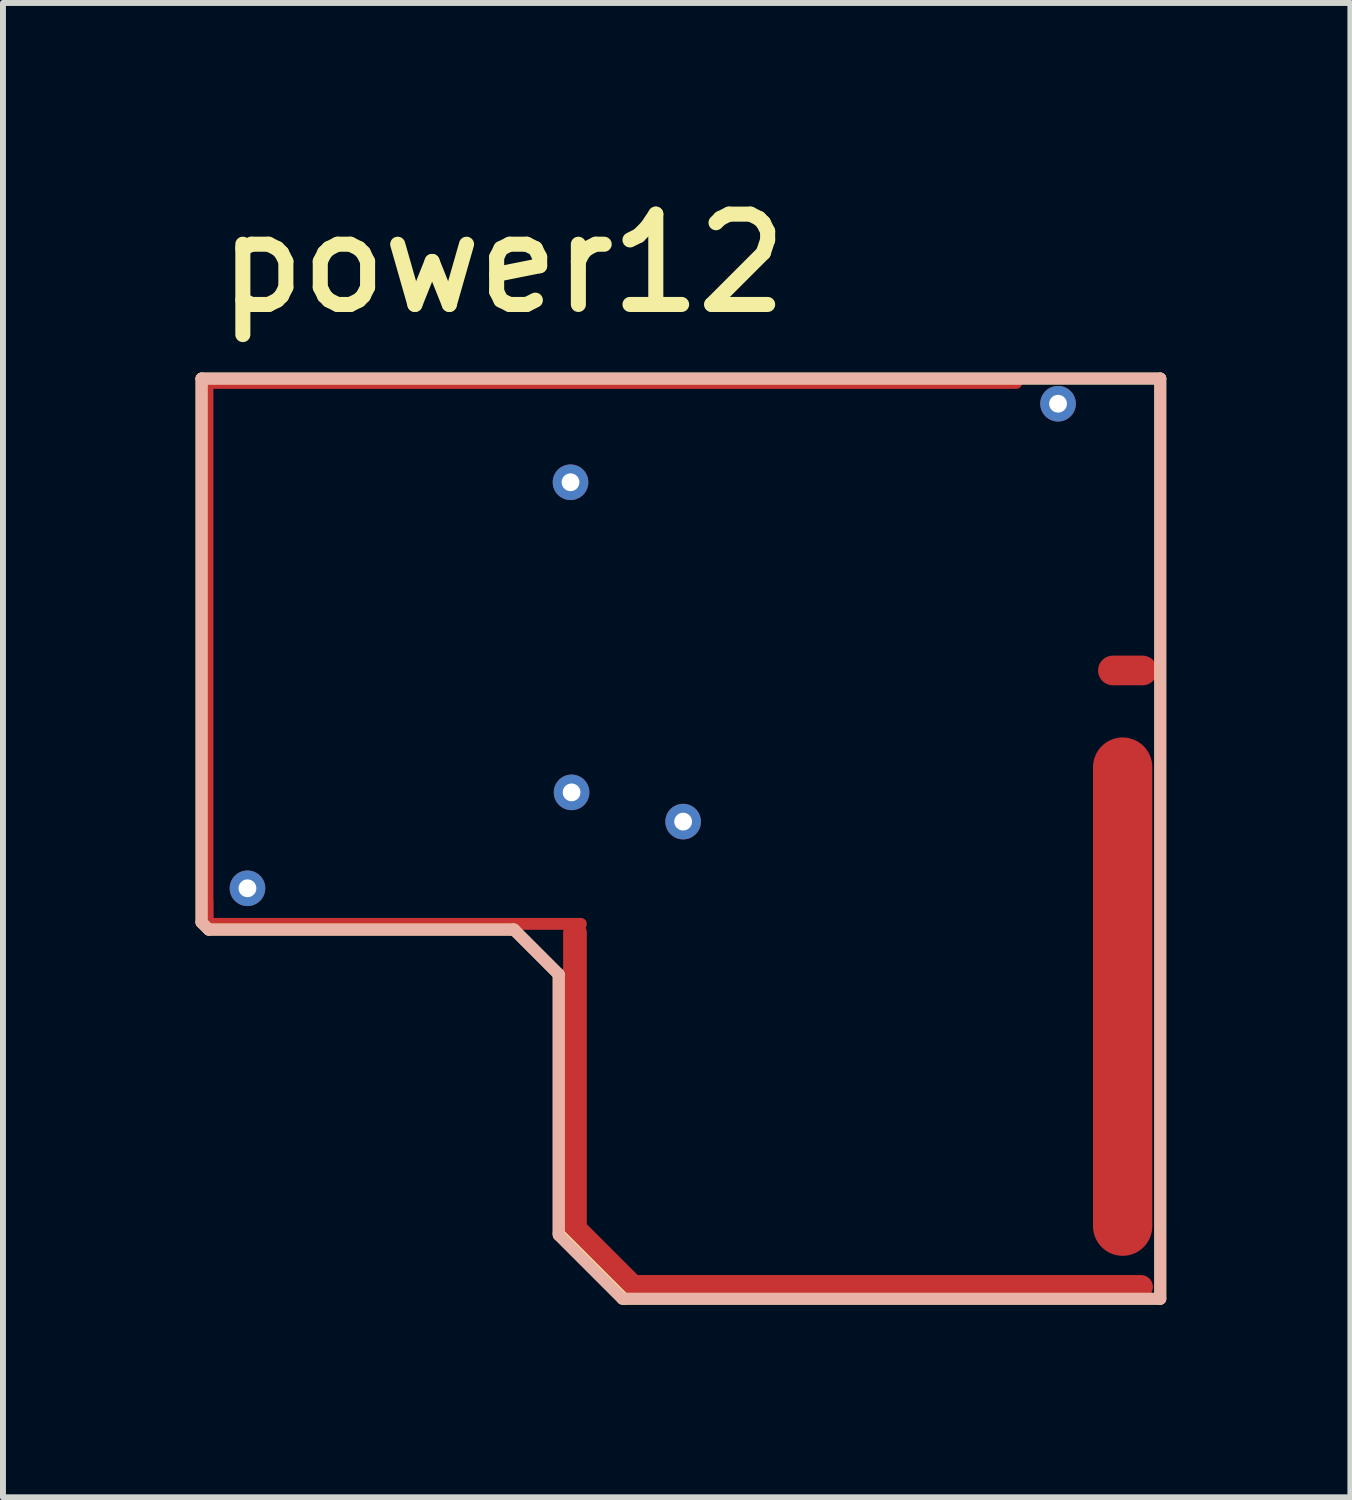
<source format=kicad_pcb>
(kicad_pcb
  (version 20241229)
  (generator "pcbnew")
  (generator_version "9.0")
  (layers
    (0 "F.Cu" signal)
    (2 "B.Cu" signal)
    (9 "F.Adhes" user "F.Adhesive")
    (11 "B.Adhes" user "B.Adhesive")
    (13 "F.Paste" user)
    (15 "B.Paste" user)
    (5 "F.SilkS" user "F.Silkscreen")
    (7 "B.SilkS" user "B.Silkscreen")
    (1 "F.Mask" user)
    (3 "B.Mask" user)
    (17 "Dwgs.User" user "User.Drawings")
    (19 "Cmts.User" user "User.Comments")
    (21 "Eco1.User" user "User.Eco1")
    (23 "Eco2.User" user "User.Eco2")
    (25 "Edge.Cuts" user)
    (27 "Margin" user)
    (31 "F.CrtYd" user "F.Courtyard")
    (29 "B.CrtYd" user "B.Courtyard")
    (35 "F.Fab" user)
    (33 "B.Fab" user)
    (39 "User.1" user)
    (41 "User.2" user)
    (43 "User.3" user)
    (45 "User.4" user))
  (footprint "power12"
    (layer "F.Cu")
    (at 0.25 18.961)
    (property "Reference" "power12" (at 0.267 -16.675 0) (unlocked yes) (layer "F.SilkS") (effects (font (size 1.524 1.524) (thickness 0.254)) (justify left bottom)))
    (attr through_hole)
    (fp_line (start 0.1 -15.625) (end 16.275 -15.625) (stroke (width 0.2) (type solid)) (layer "F.SilkS"))
    (fp_line (start 0.1 -6.45) (end 0.1 -15.625) (stroke (width 0.2) (type solid)) (layer "F.SilkS"))
    (fp_line (start 0.1 -6.45) (end 0.22 -6.33) (stroke (width 0.2) (type solid)) (layer "F.SilkS"))
    (fp_line (start 0.22 -6.33) (end 5.369 -6.33) (stroke (width 0.2) (type solid)) (layer "F.SilkS"))
    (fp_line (start 5.369 -6.33) (end 6.125 -5.574) (stroke (width 0.2) (type solid)) (layer "F.SilkS"))
    (fp_line (start 6.125 -1.199) (end 6.125 -5.574) (stroke (width 0.2) (type solid)) (layer "F.SilkS"))
    (fp_line (start 6.125 -1.199) (end 7.224 -0.1) (stroke (width 0.2) (type solid)) (layer "F.SilkS"))
    (fp_line (start 7.224 -0.1) (end 16.275 -0.1) (stroke (width 0.2) (type solid)) (layer "F.SilkS"))
    (fp_line (start 16.275 -0.1) (end 16.275 -15.625) (stroke (width 0.2) (type solid)) (layer "F.SilkS"))
    (fp_line (start 0.1 -15.625) (end 16.275 -15.625) (stroke (width 0.2) (type solid)) (layer "B.SilkS"))
    (fp_line (start 0.1 -6.45) (end 0.1 -15.625) (stroke (width 0.2) (type solid)) (layer "B.SilkS"))
    (fp_line (start 0.1 -6.45) (end 0.225 -6.325) (stroke (width 0.2) (type solid)) (layer "B.SilkS"))
    (fp_line (start 0.225 -6.325) (end 5.375 -6.325) (stroke (width 0.2) (type solid)) (layer "B.SilkS"))
    (fp_line (start 5.375 -6.325) (end 6.125 -5.575) (stroke (width 0.2) (type solid)) (layer "B.SilkS"))
    (fp_line (start 6.125 -1.175) (end 6.125 -5.575) (stroke (width 0.2) (type solid)) (layer "B.SilkS"))
    (fp_line (start 6.125 -1.175) (end 7.2 -0.1) (stroke (width 0.2) (type solid)) (layer "B.SilkS"))
    (fp_line (start 7.2 -0.1) (end 16.275 -0.1) (stroke (width 0.2) (type solid)) (layer "B.SilkS"))
    (fp_line (start 16.275 -0.1) (end 16.275 -15.625) (stroke (width 0.2) (type solid)) (layer "B.SilkS"))
    (pad "E1" smd oval (at 15.725 -10.7) (size 1 0.5) (layers "F.Cu" "F.Mask" "F.Paste"))
    (pad "E2" smd oval (at 15.64 -5.197 90) (size 8.745 1) (layers "F.Cu" "F.Paste"))
    (pad "S1" smd oval (at 0.2 -10.944 270) (size 9.2 0.2) (layers "F.Cu" "F.Paste"))
    (pad "S1" smd oval (at 0.2 -6.65) (size 0.2 0.5) (layers "F.Cu" "F.Mask" "F.Paste"))
    (pad "S1" smd oval (at 3.35 -6.425) (size 6.5 0.2) (layers "F.Cu" "F.Paste"))
    (pad "S1" smd oval (at 6.4 -3.775 90) (size 5.4 0.4) (layers "F.Cu" "F.Paste"))
    (pad "S1" smd oval (at 6.9 -0.775 45) (size 0.4 1.6) (layers "F.Cu" "F.Paste"))
    (pad "S1" smd oval (at 7.044 -15.55) (size 13.8 0.2) (layers "F.Cu" "F.Paste"))
    (pad "S1" smd oval (at 11.65 -0.3) (size 9 0.4) (layers "F.Cu" "F.Paste"))
    (pad "V1" thru_hole circle (at 14.55 -15.2) (size 0.6 0.6) (drill 0.3) (layers "*.Cu" "*.Mask"))
    (pad "V2" thru_hole circle (at 6.325 -13.875) (size 0.6 0.6) (drill 0.3) (layers "*.Cu" "*.Mask"))
    (pad "V3" thru_hole circle (at 6.343 -8.643) (size 0.6 0.6) (drill 0.3) (layers "*.Cu" "*.Mask"))
    (pad "V4" thru_hole circle (at 8.225 -8.15) (size 0.6 0.6) (drill 0.3) (layers "*.Cu" "*.Mask"))
    (pad "V5" thru_hole circle (at 0.875 -7.025) (size 0.6 0.6) (drill 0.3) (layers "*.Cu" "*.Mask"))
    (zone (net_name "") (layer "F.Cu") (hatch edge 0.2) (connect_pads) (min_thickness 0.254) (filled_areas_thickness no) (keepout (tracks allowed) (vias allowed) (pads allowed) (copperpour not_allowed) (footprints allowed)) (placement (enabled no)) (fill) (polygon (pts (xy 0.475 12.536) (xy 0.5 12.511) (xy 0.5 3.411) (xy 14.125 3.411) (xy 14.15 3.386) (xy 14.15 3.037) (xy 16.488 3.035) (xy 16.732 3.336) (xy 16.732 18.129) (xy 16.623 18.129) (xy 16.225 18.636) (xy 7.625 18.636) (xy 6.675 17.686) (xy 6.675 12.586) (xy 6.65 12.561)))))
  (gr_rect
    (start -3 -3)
    (end 19.732 22.211)
    (stroke (width 0.1) (type default))
    (fill no)
    (layer "Edge.Cuts")))
</source>
